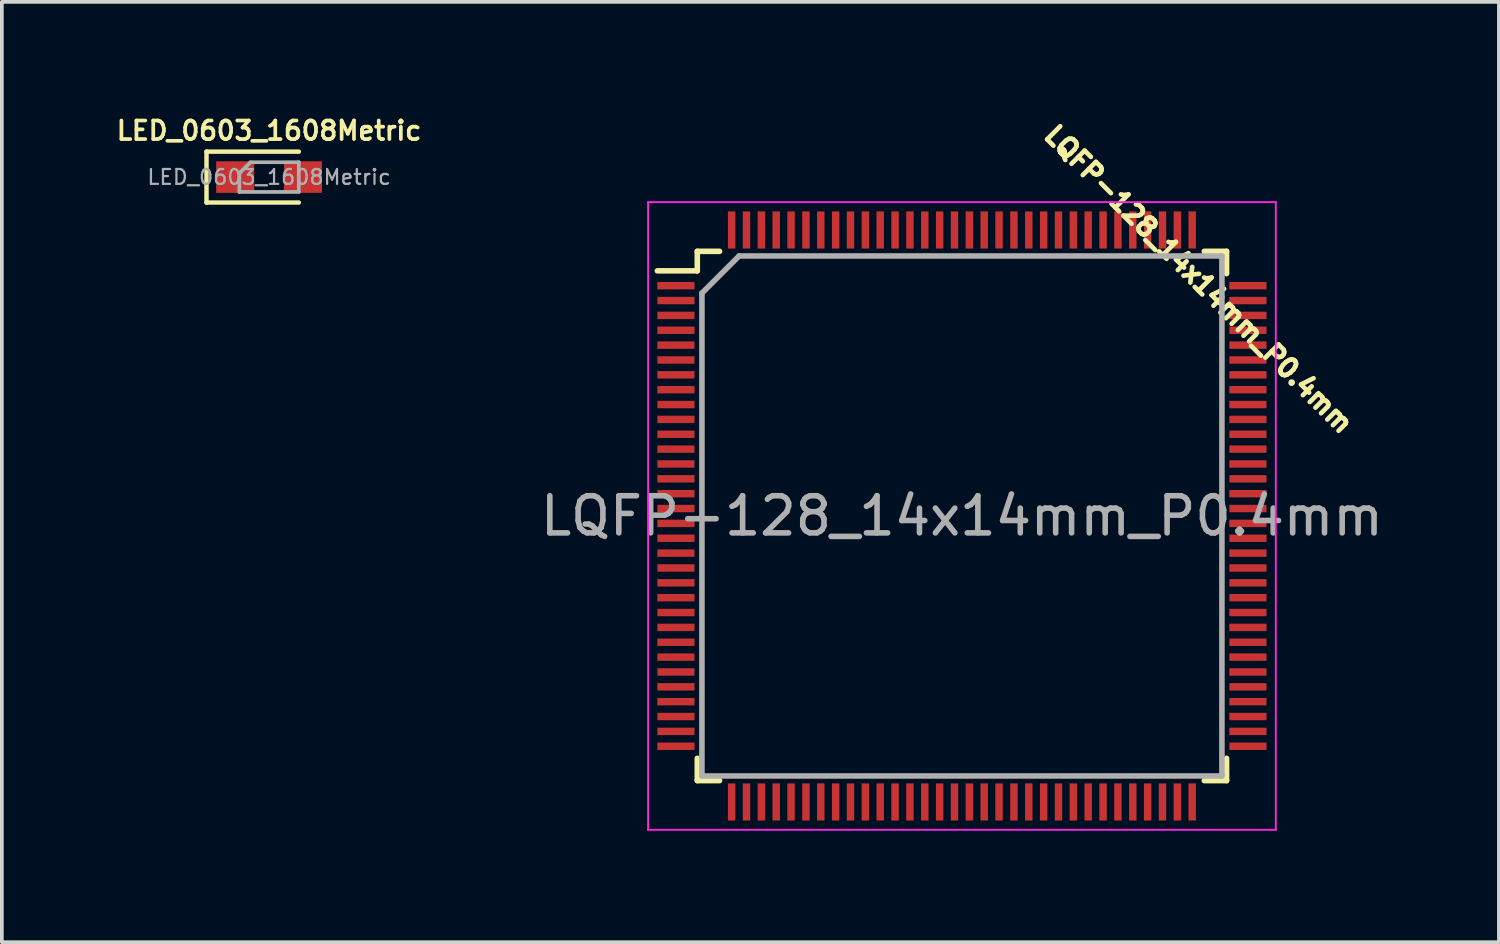
<source format=kicad_pcb>
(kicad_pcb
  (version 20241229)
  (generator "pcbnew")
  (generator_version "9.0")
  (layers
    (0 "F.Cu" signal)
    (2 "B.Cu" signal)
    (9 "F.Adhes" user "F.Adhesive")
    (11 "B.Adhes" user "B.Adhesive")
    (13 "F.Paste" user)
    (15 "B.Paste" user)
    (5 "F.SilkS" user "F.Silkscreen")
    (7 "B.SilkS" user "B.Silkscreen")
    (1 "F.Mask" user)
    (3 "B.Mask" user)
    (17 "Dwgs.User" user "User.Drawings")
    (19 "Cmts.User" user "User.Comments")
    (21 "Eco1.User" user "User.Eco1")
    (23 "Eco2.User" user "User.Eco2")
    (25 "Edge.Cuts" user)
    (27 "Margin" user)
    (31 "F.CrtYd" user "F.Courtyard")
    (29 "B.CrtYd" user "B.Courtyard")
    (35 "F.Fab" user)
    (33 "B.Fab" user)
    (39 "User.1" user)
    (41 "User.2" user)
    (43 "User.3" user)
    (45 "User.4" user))
  (footprint "LQFP-128_14x14mm_P0.4mm"
    (layer "F.Cu")
    (at 22.849 10.842)
    (property "Reference" "LQFP-128_14x14mm_P0.4mm" (at 6.376 -6.376 135) (layer "F.SilkS") (effects (font (size 0.5 0.5) (thickness 0.125))))
    (attr smd)
    (fp_line (start -7.125 -7.125) (end -7.125 -6.6) (stroke (width 0.15) (type solid)) (layer "F.SilkS"))
    (fp_line (start -7.125 -7.125) (end -6.525 -7.125) (stroke (width 0.15) (type solid)) (layer "F.SilkS"))
    (fp_line (start -7.125 -6.6) (end -8.2 -6.6) (stroke (width 0.15) (type solid)) (layer "F.SilkS"))
    (fp_line (start -7.125 7.125) (end -7.125 6.525) (stroke (width 0.15) (type solid)) (layer "F.SilkS"))
    (fp_line (start -7.125 7.125) (end -6.525 7.125) (stroke (width 0.15) (type solid)) (layer "F.SilkS"))
    (fp_line (start 7.125 -7.125) (end 6.525 -7.125) (stroke (width 0.15) (type solid)) (layer "F.SilkS"))
    (fp_line (start 7.125 -7.125) (end 7.125 -6.525) (stroke (width 0.15) (type solid)) (layer "F.SilkS"))
    (fp_line (start 7.125 7.125) (end 6.525 7.125) (stroke (width 0.15) (type solid)) (layer "F.SilkS"))
    (fp_line (start 7.125 7.125) (end 7.125 6.525) (stroke (width 0.15) (type solid)) (layer "F.SilkS"))
    (fp_line (start -8.45 -8.45) (end -8.45 8.45) (stroke (width 0.05) (type solid)) (layer "F.CrtYd"))
    (fp_line (start -8.45 -8.45) (end 8.45 -8.45) (stroke (width 0.05) (type solid)) (layer "F.CrtYd"))
    (fp_line (start -8.45 8.45) (end 8.45 8.45) (stroke (width 0.05) (type solid)) (layer "F.CrtYd"))
    (fp_line (start 8.45 -8.45) (end 8.45 8.45) (stroke (width 0.05) (type solid)) (layer "F.CrtYd"))
    (fp_line (start -7 -6) (end -6 -7) (stroke (width 0.15) (type solid)) (layer "F.Fab"))
    (fp_line (start -7 7) (end -7 -6) (stroke (width 0.15) (type solid)) (layer "F.Fab"))
    (fp_line (start -6 -7) (end 7 -7) (stroke (width 0.15) (type solid)) (layer "F.Fab"))
    (fp_line (start 7 -7) (end 7 7) (stroke (width 0.15) (type solid)) (layer "F.Fab"))
    (fp_line (start 7 7) (end -7 7) (stroke (width 0.15) (type solid)) (layer "F.Fab"))
    (fp_text user "${REFERENCE}" (at 0 0 0) (layer "F.Fab") (effects (font (size 1 1) (thickness 0.15))))
    (pad "1" smd rect (at -7.7 -6.2) (size 1 0.2) (layers "F.Cu" "F.Mask" "F.Paste"))
    (pad "2" smd rect (at -7.7 -5.8) (size 1 0.2) (layers "F.Cu" "F.Mask" "F.Paste"))
    (pad "3" smd rect (at -7.7 -5.4) (size 1 0.2) (layers "F.Cu" "F.Mask" "F.Paste"))
    (pad "4" smd rect (at -7.7 -5) (size 1 0.2) (layers "F.Cu" "F.Mask" "F.Paste"))
    (pad "5" smd rect (at -7.7 -4.6) (size 1 0.2) (layers "F.Cu" "F.Mask" "F.Paste"))
    (pad "6" smd rect (at -7.7 -4.2) (size 1 0.2) (layers "F.Cu" "F.Mask" "F.Paste"))
    (pad "7" smd rect (at -7.7 -3.8) (size 1 0.2) (layers "F.Cu" "F.Mask" "F.Paste"))
    (pad "8" smd rect (at -7.7 -3.4) (size 1 0.2) (layers "F.Cu" "F.Mask" "F.Paste"))
    (pad "9" smd rect (at -7.7 -3) (size 1 0.2) (layers "F.Cu" "F.Mask" "F.Paste"))
    (pad "10" smd rect (at -7.7 -2.6) (size 1 0.2) (layers "F.Cu" "F.Mask" "F.Paste"))
    (pad "11" smd rect (at -7.7 -2.2) (size 1 0.2) (layers "F.Cu" "F.Mask" "F.Paste"))
    (pad "12" smd rect (at -7.7 -1.8) (size 1 0.2) (layers "F.Cu" "F.Mask" "F.Paste"))
    (pad "13" smd rect (at -7.7 -1.4) (size 1 0.2) (layers "F.Cu" "F.Mask" "F.Paste"))
    (pad "14" smd rect (at -7.7 -1) (size 1 0.2) (layers "F.Cu" "F.Mask" "F.Paste"))
    (pad "15" smd rect (at -7.7 -0.6) (size 1 0.2) (layers "F.Cu" "F.Mask" "F.Paste"))
    (pad "16" smd rect (at -7.7 -0.2) (size 1 0.2) (layers "F.Cu" "F.Mask" "F.Paste"))
    (pad "17" smd rect (at -7.7 0.2) (size 1 0.2) (layers "F.Cu" "F.Mask" "F.Paste"))
    (pad "18" smd rect (at -7.7 0.6) (size 1 0.2) (layers "F.Cu" "F.Mask" "F.Paste"))
    (pad "19" smd rect (at -7.7 1) (size 1 0.2) (layers "F.Cu" "F.Mask" "F.Paste"))
    (pad "20" smd rect (at -7.7 1.4) (size 1 0.2) (layers "F.Cu" "F.Mask" "F.Paste"))
    (pad "21" smd rect (at -7.7 1.8) (size 1 0.2) (layers "F.Cu" "F.Mask" "F.Paste"))
    (pad "22" smd rect (at -7.7 2.2) (size 1 0.2) (layers "F.Cu" "F.Mask" "F.Paste"))
    (pad "23" smd rect (at -7.7 2.6) (size 1 0.2) (layers "F.Cu" "F.Mask" "F.Paste"))
    (pad "24" smd rect (at -7.7 3) (size 1 0.2) (layers "F.Cu" "F.Mask" "F.Paste"))
    (pad "25" smd rect (at -7.7 3.4) (size 1 0.2) (layers "F.Cu" "F.Mask" "F.Paste"))
    (pad "26" smd rect (at -7.7 3.8) (size 1 0.2) (layers "F.Cu" "F.Mask" "F.Paste"))
    (pad "27" smd rect (at -7.7 4.2) (size 1 0.2) (layers "F.Cu" "F.Mask" "F.Paste"))
    (pad "28" smd rect (at -7.7 4.6) (size 1 0.2) (layers "F.Cu" "F.Mask" "F.Paste"))
    (pad "29" smd rect (at -7.7 5) (size 1 0.2) (layers "F.Cu" "F.Mask" "F.Paste"))
    (pad "30" smd rect (at -7.7 5.4) (size 1 0.2) (layers "F.Cu" "F.Mask" "F.Paste"))
    (pad "31" smd rect (at -7.7 5.8) (size 1 0.2) (layers "F.Cu" "F.Mask" "F.Paste"))
    (pad "32" smd rect (at -7.7 6.2) (size 1 0.2) (layers "F.Cu" "F.Mask" "F.Paste"))
    (pad "33" smd rect (at -6.2 7.7 90) (size 1 0.2) (layers "F.Cu" "F.Mask" "F.Paste"))
    (pad "34" smd rect (at -5.8 7.7 90) (size 1 0.2) (layers "F.Cu" "F.Mask" "F.Paste"))
    (pad "35" smd rect (at -5.4 7.7 90) (size 1 0.2) (layers "F.Cu" "F.Mask" "F.Paste"))
    (pad "36" smd rect (at -5 7.7 90) (size 1 0.2) (layers "F.Cu" "F.Mask" "F.Paste"))
    (pad "37" smd rect (at -4.6 7.7 90) (size 1 0.2) (layers "F.Cu" "F.Mask" "F.Paste"))
    (pad "38" smd rect (at -4.2 7.7 90) (size 1 0.2) (layers "F.Cu" "F.Mask" "F.Paste"))
    (pad "39" smd rect (at -3.8 7.7 90) (size 1 0.2) (layers "F.Cu" "F.Mask" "F.Paste"))
    (pad "40" smd rect (at -3.4 7.7 90) (size 1 0.2) (layers "F.Cu" "F.Mask" "F.Paste"))
    (pad "41" smd rect (at -3 7.7 90) (size 1 0.2) (layers "F.Cu" "F.Mask" "F.Paste"))
    (pad "42" smd rect (at -2.6 7.7 90) (size 1 0.2) (layers "F.Cu" "F.Mask" "F.Paste"))
    (pad "43" smd rect (at -2.2 7.7 90) (size 1 0.2) (layers "F.Cu" "F.Mask" "F.Paste"))
    (pad "44" smd rect (at -1.8 7.7 90) (size 1 0.2) (layers "F.Cu" "F.Mask" "F.Paste"))
    (pad "45" smd rect (at -1.4 7.7 90) (size 1 0.2) (layers "F.Cu" "F.Mask" "F.Paste"))
    (pad "46" smd rect (at -1 7.7 90) (size 1 0.2) (layers "F.Cu" "F.Mask" "F.Paste"))
    (pad "47" smd rect (at -0.6 7.7 90) (size 1 0.2) (layers "F.Cu" "F.Mask" "F.Paste"))
    (pad "48" smd rect (at -0.2 7.7 90) (size 1 0.2) (layers "F.Cu" "F.Mask" "F.Paste"))
    (pad "49" smd rect (at 0.2 7.7 90) (size 1 0.2) (layers "F.Cu" "F.Mask" "F.Paste"))
    (pad "50" smd rect (at 0.6 7.7 90) (size 1 0.2) (layers "F.Cu" "F.Mask" "F.Paste"))
    (pad "51" smd rect (at 1 7.7 90) (size 1 0.2) (layers "F.Cu" "F.Mask" "F.Paste"))
    (pad "52" smd rect (at 1.4 7.7 90) (size 1 0.2) (layers "F.Cu" "F.Mask" "F.Paste"))
    (pad "53" smd rect (at 1.8 7.7 90) (size 1 0.2) (layers "F.Cu" "F.Mask" "F.Paste"))
    (pad "54" smd rect (at 2.2 7.7 90) (size 1 0.2) (layers "F.Cu" "F.Mask" "F.Paste"))
    (pad "55" smd rect (at 2.6 7.7 90) (size 1 0.2) (layers "F.Cu" "F.Mask" "F.Paste"))
    (pad "56" smd rect (at 3 7.7 90) (size 1 0.2) (layers "F.Cu" "F.Mask" "F.Paste"))
    (pad "57" smd rect (at 3.4 7.7 90) (size 1 0.2) (layers "F.Cu" "F.Mask" "F.Paste"))
    (pad "58" smd rect (at 3.8 7.7 90) (size 1 0.2) (layers "F.Cu" "F.Mask" "F.Paste"))
    (pad "59" smd rect (at 4.2 7.7 90) (size 1 0.2) (layers "F.Cu" "F.Mask" "F.Paste"))
    (pad "60" smd rect (at 4.6 7.7 90) (size 1 0.2) (layers "F.Cu" "F.Mask" "F.Paste"))
    (pad "61" smd rect (at 5 7.7 90) (size 1 0.2) (layers "F.Cu" "F.Mask" "F.Paste"))
    (pad "62" smd rect (at 5.4 7.7 90) (size 1 0.2) (layers "F.Cu" "F.Mask" "F.Paste"))
    (pad "63" smd rect (at 5.8 7.7 90) (size 1 0.2) (layers "F.Cu" "F.Mask" "F.Paste"))
    (pad "64" smd rect (at 6.2 7.7 90) (size 1 0.2) (layers "F.Cu" "F.Mask" "F.Paste"))
    (pad "65" smd rect (at 7.7 6.2) (size 1 0.2) (layers "F.Cu" "F.Mask" "F.Paste"))
    (pad "66" smd rect (at 7.7 5.8) (size 1 0.2) (layers "F.Cu" "F.Mask" "F.Paste"))
    (pad "67" smd rect (at 7.7 5.4) (size 1 0.2) (layers "F.Cu" "F.Mask" "F.Paste"))
    (pad "68" smd rect (at 7.7 5) (size 1 0.2) (layers "F.Cu" "F.Mask" "F.Paste"))
    (pad "69" smd rect (at 7.7 4.6) (size 1 0.2) (layers "F.Cu" "F.Mask" "F.Paste"))
    (pad "70" smd rect (at 7.7 4.2) (size 1 0.2) (layers "F.Cu" "F.Mask" "F.Paste"))
    (pad "71" smd rect (at 7.7 3.8) (size 1 0.2) (layers "F.Cu" "F.Mask" "F.Paste"))
    (pad "72" smd rect (at 7.7 3.4) (size 1 0.2) (layers "F.Cu" "F.Mask" "F.Paste"))
    (pad "73" smd rect (at 7.7 3) (size 1 0.2) (layers "F.Cu" "F.Mask" "F.Paste"))
    (pad "74" smd rect (at 7.7 2.6) (size 1 0.2) (layers "F.Cu" "F.Mask" "F.Paste"))
    (pad "75" smd rect (at 7.7 2.2) (size 1 0.2) (layers "F.Cu" "F.Mask" "F.Paste"))
    (pad "76" smd rect (at 7.7 1.8) (size 1 0.2) (layers "F.Cu" "F.Mask" "F.Paste"))
    (pad "77" smd rect (at 7.7 1.4) (size 1 0.2) (layers "F.Cu" "F.Mask" "F.Paste"))
    (pad "78" smd rect (at 7.7 1) (size 1 0.2) (layers "F.Cu" "F.Mask" "F.Paste"))
    (pad "79" smd rect (at 7.7 0.6) (size 1 0.2) (layers "F.Cu" "F.Mask" "F.Paste"))
    (pad "80" smd rect (at 7.7 0.2) (size 1 0.2) (layers "F.Cu" "F.Mask" "F.Paste"))
    (pad "81" smd rect (at 7.7 -0.2) (size 1 0.2) (layers "F.Cu" "F.Mask" "F.Paste"))
    (pad "82" smd rect (at 7.7 -0.6) (size 1 0.2) (layers "F.Cu" "F.Mask" "F.Paste"))
    (pad "83" smd rect (at 7.7 -1) (size 1 0.2) (layers "F.Cu" "F.Mask" "F.Paste"))
    (pad "84" smd rect (at 7.7 -1.4) (size 1 0.2) (layers "F.Cu" "F.Mask" "F.Paste"))
    (pad "85" smd rect (at 7.7 -1.8) (size 1 0.2) (layers "F.Cu" "F.Mask" "F.Paste"))
    (pad "86" smd rect (at 7.7 -2.2) (size 1 0.2) (layers "F.Cu" "F.Mask" "F.Paste"))
    (pad "87" smd rect (at 7.7 -2.6) (size 1 0.2) (layers "F.Cu" "F.Mask" "F.Paste"))
    (pad "88" smd rect (at 7.7 -3) (size 1 0.2) (layers "F.Cu" "F.Mask" "F.Paste"))
    (pad "89" smd rect (at 7.7 -3.4) (size 1 0.2) (layers "F.Cu" "F.Mask" "F.Paste"))
    (pad "90" smd rect (at 7.7 -3.8) (size 1 0.2) (layers "F.Cu" "F.Mask" "F.Paste"))
    (pad "91" smd rect (at 7.7 -4.2) (size 1 0.2) (layers "F.Cu" "F.Mask" "F.Paste"))
    (pad "92" smd rect (at 7.7 -4.6) (size 1 0.2) (layers "F.Cu" "F.Mask" "F.Paste"))
    (pad "93" smd rect (at 7.7 -5) (size 1 0.2) (layers "F.Cu" "F.Mask" "F.Paste"))
    (pad "94" smd rect (at 7.7 -5.4) (size 1 0.2) (layers "F.Cu" "F.Mask" "F.Paste"))
    (pad "95" smd rect (at 7.7 -5.8) (size 1 0.2) (layers "F.Cu" "F.Mask" "F.Paste"))
    (pad "96" smd rect (at 7.7 -6.2) (size 1 0.2) (layers "F.Cu" "F.Mask" "F.Paste"))
    (pad "97" smd rect (at 6.2 -7.7 90) (size 1 0.2) (layers "F.Cu" "F.Mask" "F.Paste"))
    (pad "98" smd rect (at 5.8 -7.7 90) (size 1 0.2) (layers "F.Cu" "F.Mask" "F.Paste"))
    (pad "99" smd rect (at 5.4 -7.7 90) (size 1 0.2) (layers "F.Cu" "F.Mask" "F.Paste"))
    (pad "100" smd rect (at 5 -7.7 90) (size 1 0.2) (layers "F.Cu" "F.Mask" "F.Paste"))
    (pad "101" smd rect (at 4.6 -7.7 90) (size 1 0.2) (layers "F.Cu" "F.Mask" "F.Paste"))
    (pad "102" smd rect (at 4.2 -7.7 90) (size 1 0.2) (layers "F.Cu" "F.Mask" "F.Paste"))
    (pad "103" smd rect (at 3.8 -7.7 90) (size 1 0.2) (layers "F.Cu" "F.Mask" "F.Paste"))
    (pad "104" smd rect (at 3.4 -7.7 90) (size 1 0.2) (layers "F.Cu" "F.Mask" "F.Paste"))
    (pad "105" smd rect (at 3 -7.7 90) (size 1 0.2) (layers "F.Cu" "F.Mask" "F.Paste"))
    (pad "106" smd rect (at 2.6 -7.7 90) (size 1 0.2) (layers "F.Cu" "F.Mask" "F.Paste"))
    (pad "107" smd rect (at 2.2 -7.7 90) (size 1 0.2) (layers "F.Cu" "F.Mask" "F.Paste"))
    (pad "108" smd rect (at 1.8 -7.7 90) (size 1 0.2) (layers "F.Cu" "F.Mask" "F.Paste"))
    (pad "109" smd rect (at 1.4 -7.7 90) (size 1 0.2) (layers "F.Cu" "F.Mask" "F.Paste"))
    (pad "110" smd rect (at 1 -7.7 90) (size 1 0.2) (layers "F.Cu" "F.Mask" "F.Paste"))
    (pad "111" smd rect (at 0.6 -7.7 90) (size 1 0.2) (layers "F.Cu" "F.Mask" "F.Paste"))
    (pad "112" smd rect (at 0.2 -7.7 90) (size 1 0.2) (layers "F.Cu" "F.Mask" "F.Paste"))
    (pad "113" smd rect (at -0.2 -7.7 90) (size 1 0.2) (layers "F.Cu" "F.Mask" "F.Paste"))
    (pad "114" smd rect (at -0.6 -7.7 90) (size 1 0.2) (layers "F.Cu" "F.Mask" "F.Paste"))
    (pad "115" smd rect (at -1 -7.7 90) (size 1 0.2) (layers "F.Cu" "F.Mask" "F.Paste"))
    (pad "116" smd rect (at -1.4 -7.7 90) (size 1 0.2) (layers "F.Cu" "F.Mask" "F.Paste"))
    (pad "117" smd rect (at -1.8 -7.7 90) (size 1 0.2) (layers "F.Cu" "F.Mask" "F.Paste"))
    (pad "118" smd rect (at -2.2 -7.7 90) (size 1 0.2) (layers "F.Cu" "F.Mask" "F.Paste"))
    (pad "119" smd rect (at -2.6 -7.7 90) (size 1 0.2) (layers "F.Cu" "F.Mask" "F.Paste"))
    (pad "120" smd rect (at -3 -7.7 90) (size 1 0.2) (layers "F.Cu" "F.Mask" "F.Paste"))
    (pad "121" smd rect (at -3.4 -7.7 90) (size 1 0.2) (layers "F.Cu" "F.Mask" "F.Paste"))
    (pad "122" smd rect (at -3.8 -7.7 90) (size 1 0.2) (layers "F.Cu" "F.Mask" "F.Paste"))
    (pad "123" smd rect (at -4.2 -7.7 90) (size 1 0.2) (layers "F.Cu" "F.Mask" "F.Paste"))
    (pad "124" smd rect (at -4.6 -7.7 90) (size 1 0.2) (layers "F.Cu" "F.Mask" "F.Paste"))
    (pad "125" smd rect (at -5 -7.7 90) (size 1 0.2) (layers "F.Cu" "F.Mask" "F.Paste"))
    (pad "126" smd rect (at -5.4 -7.7 90) (size 1 0.2) (layers "F.Cu" "F.Mask" "F.Paste"))
    (pad "127" smd rect (at -5.8 -7.7 90) (size 1 0.2) (layers "F.Cu" "F.Mask" "F.Paste"))
    (pad "128" smd rect (at -6.2 -7.7 90) (size 1 0.2) (layers "F.Cu" "F.Mask" "F.Paste")))
  (footprint "LED_0603_1608Metric"
    (layer "F.Cu")
    (at 4.195 1.718)
    (property "Reference" "LED_0603_1608Metric" (at 0 -1.25 0) (layer "F.SilkS") (effects (font (size 0.5 0.5) (thickness 0.1))))
    (attr smd)
    (fp_line (start -1.685 -0.685) (end -1.685 0.685) (stroke (width 0.12) (type solid)) (layer "F.SilkS"))
    (fp_line (start -1.685 0.685) (end 0.8 0.685) (stroke (width 0.12) (type solid)) (layer "F.SilkS"))
    (fp_line (start 0.8 -0.685) (end -1.685 -0.685) (stroke (width 0.12) (type solid)) (layer "F.SilkS"))
    (fp_line (start -0.8 -0.1) (end -0.8 0.4) (stroke (width 0.1) (type solid)) (layer "F.Fab"))
    (fp_line (start -0.8 0.4) (end 0.8 0.4) (stroke (width 0.1) (type solid)) (layer "F.Fab"))
    (fp_line (start -0.5 -0.4) (end -0.8 -0.1) (stroke (width 0.1) (type solid)) (layer "F.Fab"))
    (fp_line (start 0.8 -0.4) (end -0.5 -0.4) (stroke (width 0.1) (type solid)) (layer "F.Fab"))
    (fp_line (start 0.8 0.4) (end 0.8 -0.4) (stroke (width 0.1) (type solid)) (layer "F.Fab"))
    (fp_text user "${REFERENCE}" (at 0 0 0) (layer "F.Fab") (effects (font (size 0.4 0.4) (thickness 0.06))))
    (pad "1" smd rect (at -0.912 0) (size 1.025 0.85) (layers "F.Cu" "F.Mask" "F.Paste"))
    (pad "2" smd rect (at 0.912 0) (size 1.025 0.85) (layers "F.Cu" "F.Mask" "F.Paste")))
  (gr_rect
    (start -3 -3)
    (end 37.307 22.317)
    (stroke (width 0.1) (type default))
    (fill no)
    (layer "Edge.Cuts")))
</source>
